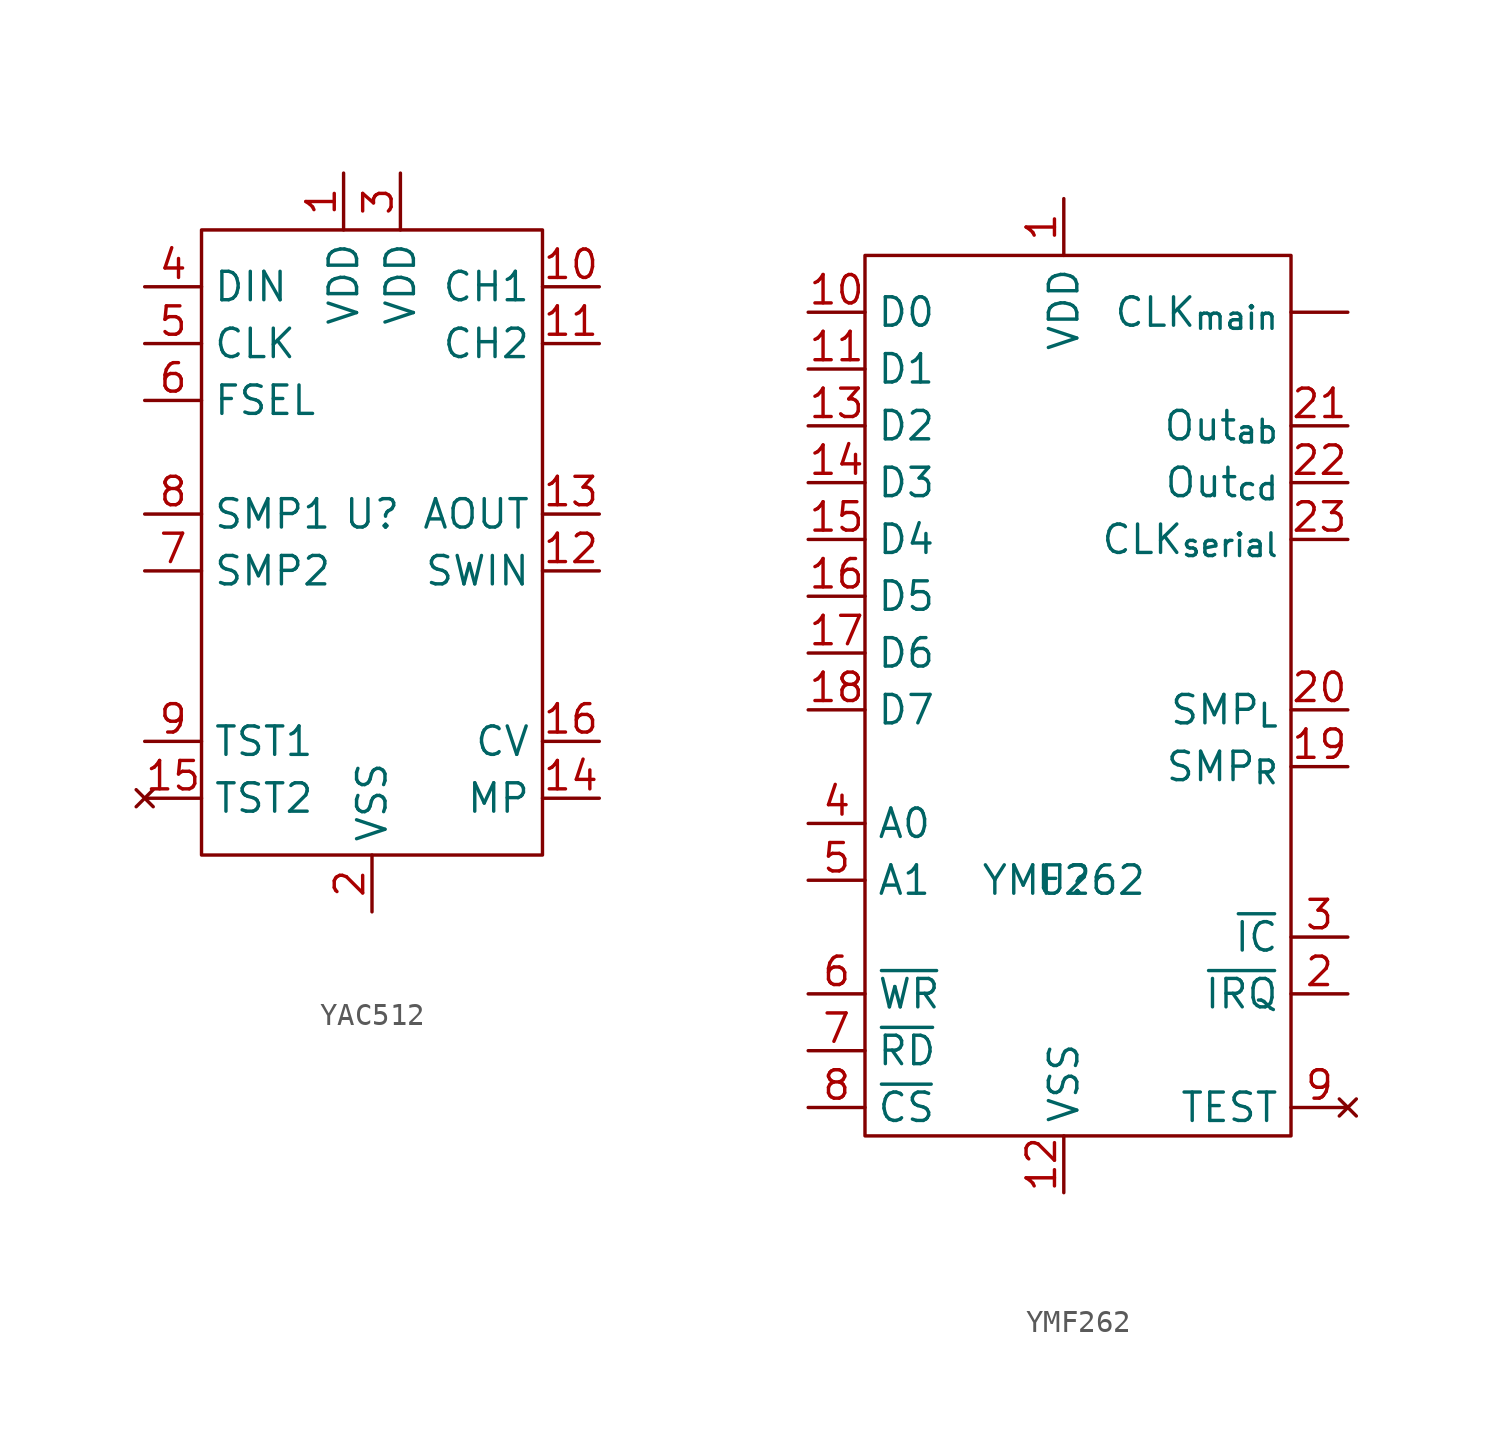
<source format=kicad_sym>
(kicad_symbol_lib
  (version 20220914)
  (generator kicad_symbol_editor)
  (symbol "YAC512"
    (property "Reference" "U"
      (at 0 0 0)
      (effects (font (size 1.27 1.27))))
    (property "Value" ""
      (at 0 0 0)
      (effects (font (size 1.27 1.27))))
    (symbol "YAC512_0_1"
      (rectangle (start -7.62 12.7) (end 7.62 -15.24) (stroke (width 0) (type default)) (fill (type none))))
    (symbol "YAC512_1_1"
      (pin power_in line (at -1.27 15.24 270) (length 2.54) (name "VDD" (effects (font (size 1.27 1.27)))) (number "1" (effects (font (size 1.27 1.27)))))
      (pin output line (at 10.16 10.16 180) (length 2.54) (name "CH1" (effects (font (size 1.27 1.27)))) (number "10" (effects (font (size 1.27 1.27)))))
      (pin output line (at 10.16 7.62 180) (length 2.54) (name "CH2" (effects (font (size 1.27 1.27)))) (number "11" (effects (font (size 1.27 1.27)))))
      (pin input line (at 10.16 -2.54 180) (length 2.54) (name "SWIN" (effects (font (size 1.27 1.27)))) (number "12" (effects (font (size 1.27 1.27)))))
      (pin output line (at 10.16 0 180) (length 2.54) (name "AOUT" (effects (font (size 1.27 1.27)))) (number "13" (effects (font (size 1.27 1.27)))))
      (pin input line (at 10.16 -12.7 180) (length 2.54) (name "MP" (effects (font (size 1.27 1.27)))) (number "14" (effects (font (size 1.27 1.27)))))
      (pin no_connect line (at -10.16 -12.7 0) (length 2.54) (name "TST2" (effects (font (size 1.27 1.27)))) (number "15" (effects (font (size 1.27 1.27)))))
      (pin output line (at 10.16 -10.16 180) (length 2.54) (name "CV" (effects (font (size 1.27 1.27)))) (number "16" (effects (font (size 1.27 1.27)))))
      (pin power_in line (at 0 -17.78 90) (length 2.54) (name "VSS" (effects (font (size 1.27 1.27)))) (number "2" (effects (font (size 1.27 1.27)))))
      (pin power_in line (at 1.27 15.24 270) (length 2.54) (name "VDD" (effects (font (size 1.27 1.27)))) (number "3" (effects (font (size 1.27 1.27)))))
      (pin input line (at -10.16 10.16 0) (length 2.54) (name "DIN" (effects (font (size 1.27 1.27)))) (number "4" (effects (font (size 1.27 1.27)))))
      (pin input line (at -10.16 7.62 0) (length 2.54) (name "CLK" (effects (font (size 1.27 1.27)))) (number "5" (effects (font (size 1.27 1.27)))))
      (pin input line (at -10.16 5.08 0) (length 2.54) (name "FSEL" (effects (font (size 1.27 1.27)))) (number "6" (effects (font (size 1.27 1.27)))))
      (pin input line (at -10.16 -2.54 0) (length 2.54) (name "SMP2" (effects (font (size 1.27 1.27)))) (number "7" (effects (font (size 1.27 1.27)))))
      (pin input line (at -10.16 0 0) (length 2.54) (name "SMP1" (effects (font (size 1.27 1.27)))) (number "8" (effects (font (size 1.27 1.27)))))
      (pin input line (at -10.16 -10.16 0) (length 2.54) (name "TST1" (effects (font (size 1.27 1.27)))) (number "9" (effects (font (size 1.27 1.27)))))))
  (symbol "YMF262"
    (property "Reference" "U"
      (at 0 0 0)
      (effects (font (size 1.27 1.27))))
    (property "Value" "YMF262"
      (at 0 0 0)
      (effects (font (size 1.27 1.27))))
    (symbol "YMF262_0_1"
      (rectangle (start -8.89 27.94) (end 10.16 -11.43) (stroke (width 0) (type default)) (fill (type none))))
    (symbol "YMF262_1_1"
      (pin output line (at 12.7 25.4 180) (length 2.54) (name "CLK_{main}" (effects (font (size 1.27 1.27)))) (number "" (effects (font (size 1.27 1.27)))))
      (pin power_in line (at 0 30.48 270) (length 2.54) (name "VDD" (effects (font (size 1.27 1.27)))) (number "1" (effects (font (size 1.27 1.27)))))
      (pin bidirectional line (at -11.43 25.4 0) (length 2.54) (name "D0" (effects (font (size 1.27 1.27)))) (number "10" (effects (font (size 1.27 1.27)))))
      (pin bidirectional line (at -11.43 22.86 0) (length 2.54) (name "D1" (effects (font (size 1.27 1.27)))) (number "11" (effects (font (size 1.27 1.27)))))
      (pin power_in line (at 0 -13.97 90) (length 2.54) (name "VSS" (effects (font (size 1.27 1.27)))) (number "12" (effects (font (size 1.27 1.27)))))
      (pin bidirectional line (at -11.43 20.32 0) (length 2.54) (name "D2" (effects (font (size 1.27 1.27)))) (number "13" (effects (font (size 1.27 1.27)))))
      (pin bidirectional line (at -11.43 17.78 0) (length 2.54) (name "D3" (effects (font (size 1.27 1.27)))) (number "14" (effects (font (size 1.27 1.27)))))
      (pin bidirectional line (at -11.43 15.24 0) (length 2.54) (name "D4" (effects (font (size 1.27 1.27)))) (number "15" (effects (font (size 1.27 1.27)))))
      (pin bidirectional line (at -11.43 12.7 0) (length 2.54) (name "D5" (effects (font (size 1.27 1.27)))) (number "16" (effects (font (size 1.27 1.27)))))
      (pin bidirectional line (at -11.43 10.16 0) (length 2.54) (name "D6" (effects (font (size 1.27 1.27)))) (number "17" (effects (font (size 1.27 1.27)))))
      (pin bidirectional line (at -11.43 7.62 0) (length 2.54) (name "D7" (effects (font (size 1.27 1.27)))) (number "18" (effects (font (size 1.27 1.27)))))
      (pin output line (at 12.7 5.08 180) (length 2.54) (name "SMP_{R}" (effects (font (size 1.27 1.27)))) (number "19" (effects (font (size 1.27 1.27)))))
      (pin output line (at 12.7 -5.08 180) (length 2.54) (name "~{IRQ}" (effects (font (size 1.27 1.27)))) (number "2" (effects (font (size 1.27 1.27)))))
      (pin output line (at 12.7 7.62 180) (length 2.54) (name "SMP_{L}" (effects (font (size 1.27 1.27)))) (number "20" (effects (font (size 1.27 1.27)))))
      (pin output line (at 12.7 20.32 180) (length 2.54) (name "Out_{ab}" (effects (font (size 1.27 1.27)))) (number "21" (effects (font (size 1.27 1.27)))))
      (pin output line (at 12.7 17.78 180) (length 2.54) (name "Out_{cd}" (effects (font (size 1.27 1.27)))) (number "22" (effects (font (size 1.27 1.27)))))
      (pin output line (at 12.7 15.24 180) (length 2.54) (name "CLK_{serial}" (effects (font (size 1.27 1.27)))) (number "23" (effects (font (size 1.27 1.27)))))
      (pin input line (at 12.7 -2.54 180) (length 2.54) (name "~{IC}" (effects (font (size 1.27 1.27)))) (number "3" (effects (font (size 1.27 1.27)))))
      (pin input line (at -11.43 2.54 0) (length 2.54) (name "A0" (effects (font (size 1.27 1.27)))) (number "4" (effects (font (size 1.27 1.27)))))
      (pin input line (at -11.43 0 0) (length 2.54) (name "A1" (effects (font (size 1.27 1.27)))) (number "5" (effects (font (size 1.27 1.27)))))
      (pin input line (at -11.43 -5.08 0) (length 2.54) (name "~{WR}" (effects (font (size 1.27 1.27)))) (number "6" (effects (font (size 1.27 1.27)))))
      (pin input line (at -11.43 -7.62 0) (length 2.54) (name "~{RD}" (effects (font (size 1.27 1.27)))) (number "7" (effects (font (size 1.27 1.27)))))
      (pin input line (at -11.43 -10.16 0) (length 2.54) (name "~{CS}" (effects (font (size 1.27 1.27)))) (number "8" (effects (font (size 1.27 1.27)))))
      (pin no_connect line (at 12.7 -10.16 180) (length 2.54) (name "TEST" (effects (font (size 1.27 1.27)))) (number "9" (effects (font (size 1.27 1.27))))))))
</source>
